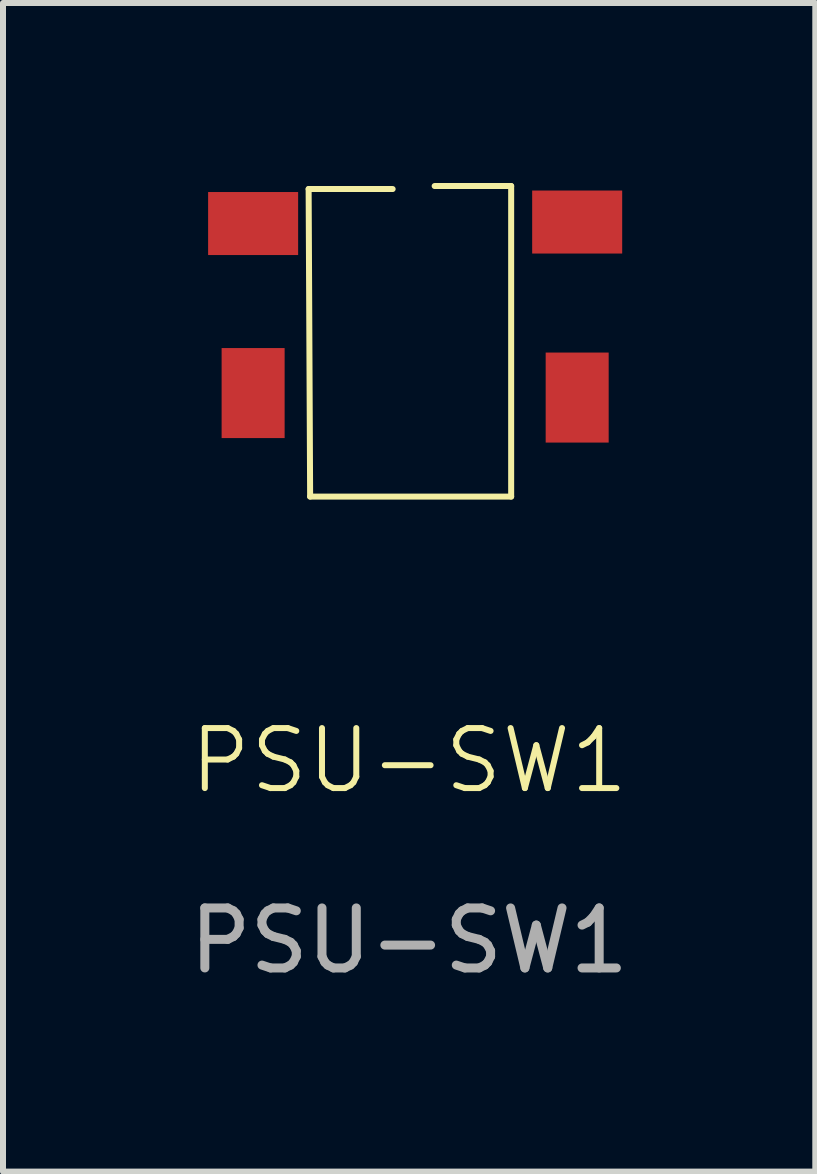
<source format=kicad_pcb>
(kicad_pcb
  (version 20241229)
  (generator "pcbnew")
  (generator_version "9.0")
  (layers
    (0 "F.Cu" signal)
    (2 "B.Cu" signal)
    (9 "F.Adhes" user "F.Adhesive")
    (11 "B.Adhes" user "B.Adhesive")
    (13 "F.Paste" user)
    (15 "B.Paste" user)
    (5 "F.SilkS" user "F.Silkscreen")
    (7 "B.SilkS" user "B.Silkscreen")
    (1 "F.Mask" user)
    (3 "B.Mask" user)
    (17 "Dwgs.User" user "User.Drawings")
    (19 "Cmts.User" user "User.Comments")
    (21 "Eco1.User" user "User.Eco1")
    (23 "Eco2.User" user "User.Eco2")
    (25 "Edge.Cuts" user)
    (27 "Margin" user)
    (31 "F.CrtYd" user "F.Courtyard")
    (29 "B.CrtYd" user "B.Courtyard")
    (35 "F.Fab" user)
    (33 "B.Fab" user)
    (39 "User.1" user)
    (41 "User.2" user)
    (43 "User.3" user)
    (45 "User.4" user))
  (footprint "PSU-SW1"
    (layer "F.Cu")
    (at 3.768 2.625)
    (property "Reference" "PSU-SW1" (at 0 7 0) (unlocked yes) (layer "F.SilkS") (effects (font (size 1 1) (thickness 0.1))))
    (attr smd)
    (fp_line (start -1.675 -2.525) (end -1.65 2.6) (stroke (width 0.1) (type default)) (layer "F.SilkS"))
    (fp_line (start -1.675 -2.525) (end -0.275 -2.525) (stroke (width 0.1) (type default)) (layer "F.SilkS"))
    (fp_line (start -1.65 2.6) (end 1.7 2.6) (stroke (width 0.1) (type default)) (layer "F.SilkS"))
    (fp_line (start 1.7 -2.575) (end 0.425 -2.575) (stroke (width 0.1) (type default)) (layer "F.SilkS"))
    (fp_line (start 1.7 2.6) (end 1.7 -2.575) (stroke (width 0.1) (type default)) (layer "F.SilkS"))
    (fp_text user "${REFERENCE}" (at 0 10 0) (unlocked yes) (layer "F.Fab") (effects (font (size 1 1) (thickness 0.15))))
    (pad "1" smd rect (at -2.6 -1.95) (size 1.5 1.05) (layers "F.Cu" "F.Mask" "F.Paste"))
    (pad "2" smd rect (at 2.8 -1.975) (size 1.5 1.05) (layers "F.Cu" "F.Mask" "F.Paste"))
    (pad "3" smd rect (at 2.8 0.95 90) (size 1.5 1.05) (layers "F.Cu" "F.Mask" "F.Paste"))
    (pad "4" smd rect (at -2.6 0.875 90) (size 1.5 1.05) (layers "F.Cu" "F.Mask" "F.Paste")))
  (gr_rect
    (start -3 -3)
    (end 10.536 16.473)
    (stroke (width 0.1) (type default))
    (fill no)
    (layer "Edge.Cuts")))
</source>
